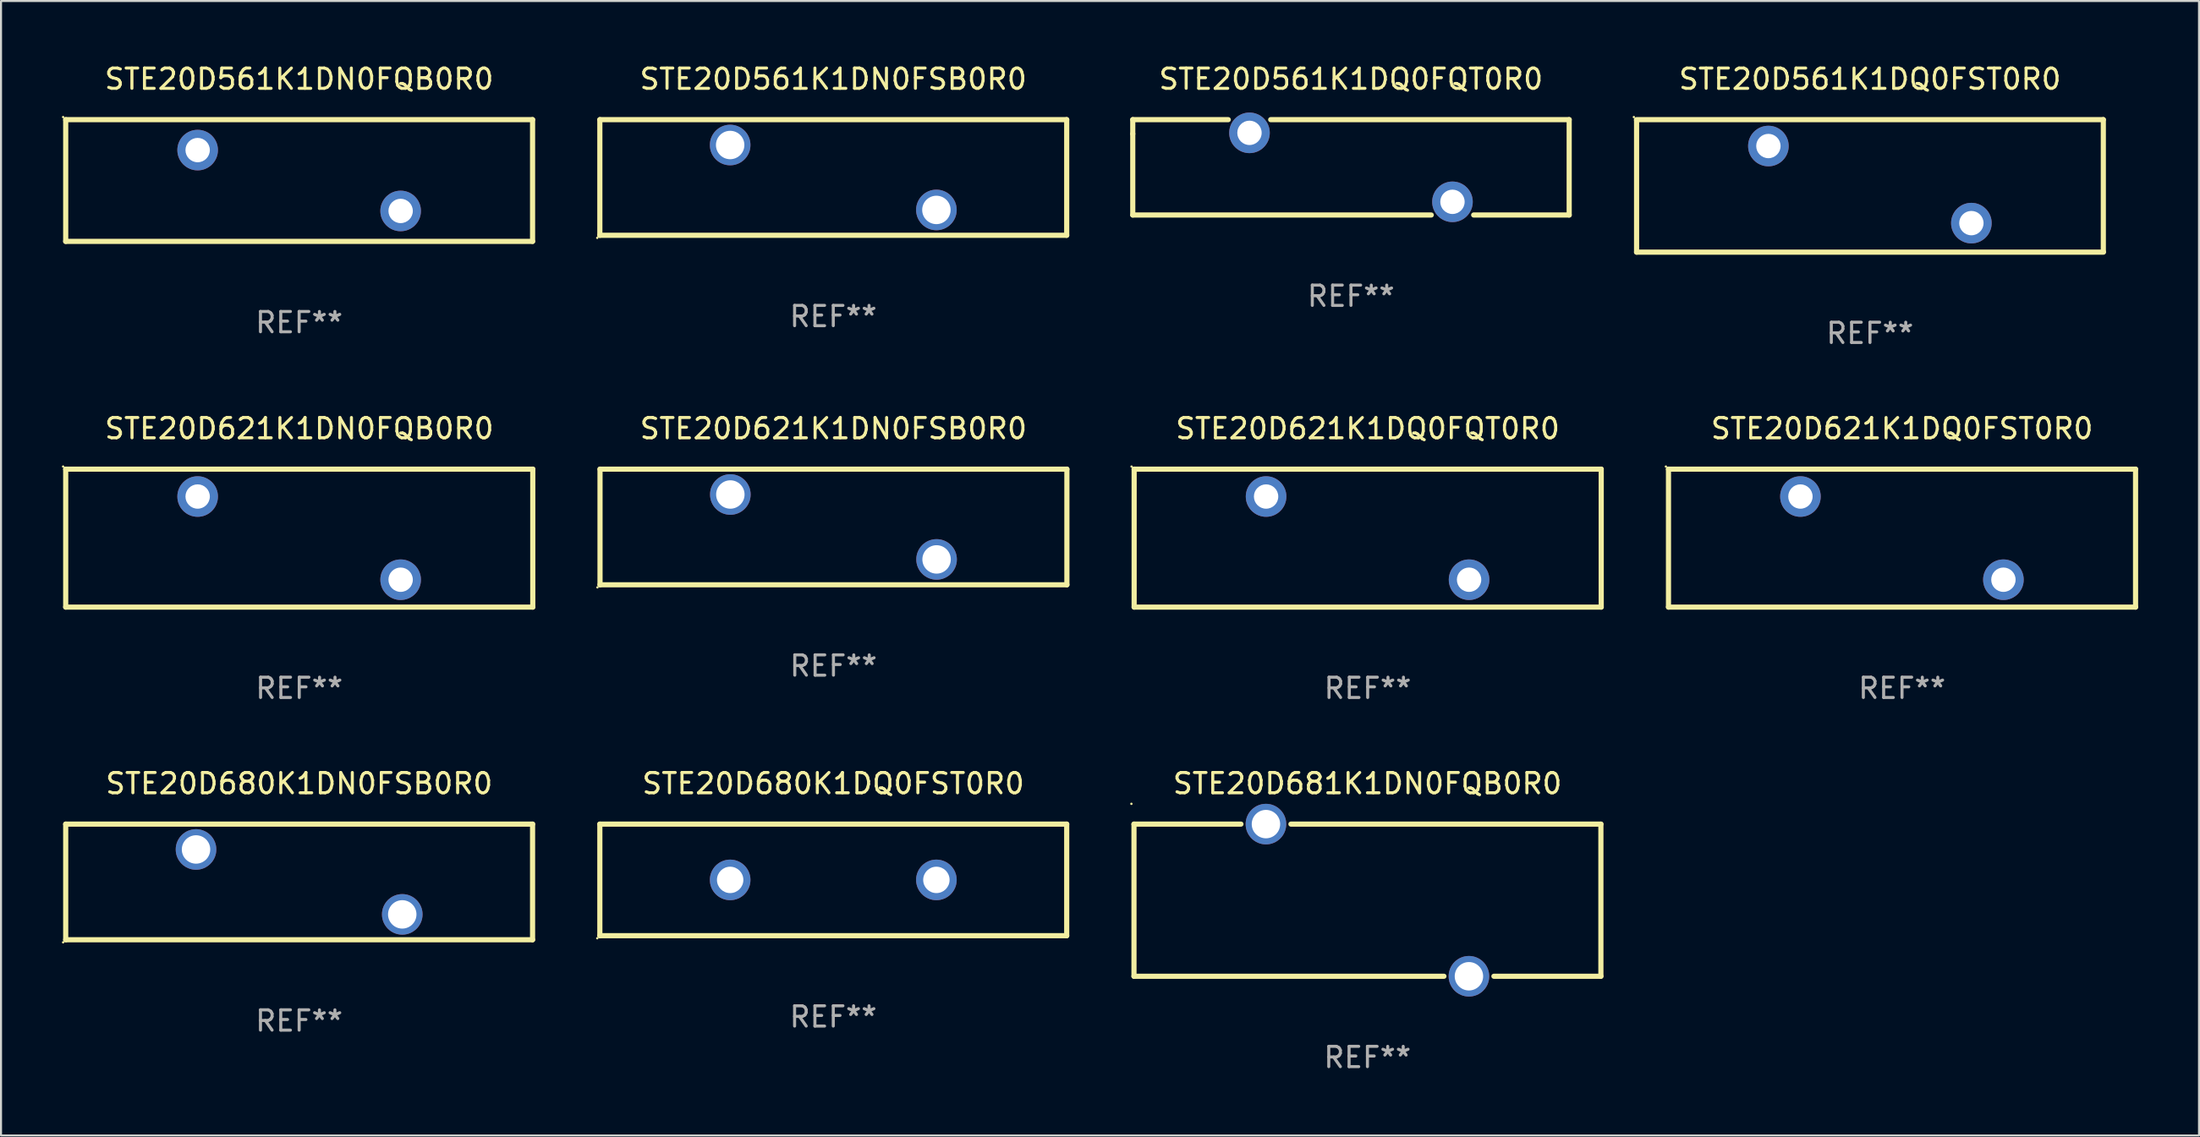
<source format=kicad_pcb>
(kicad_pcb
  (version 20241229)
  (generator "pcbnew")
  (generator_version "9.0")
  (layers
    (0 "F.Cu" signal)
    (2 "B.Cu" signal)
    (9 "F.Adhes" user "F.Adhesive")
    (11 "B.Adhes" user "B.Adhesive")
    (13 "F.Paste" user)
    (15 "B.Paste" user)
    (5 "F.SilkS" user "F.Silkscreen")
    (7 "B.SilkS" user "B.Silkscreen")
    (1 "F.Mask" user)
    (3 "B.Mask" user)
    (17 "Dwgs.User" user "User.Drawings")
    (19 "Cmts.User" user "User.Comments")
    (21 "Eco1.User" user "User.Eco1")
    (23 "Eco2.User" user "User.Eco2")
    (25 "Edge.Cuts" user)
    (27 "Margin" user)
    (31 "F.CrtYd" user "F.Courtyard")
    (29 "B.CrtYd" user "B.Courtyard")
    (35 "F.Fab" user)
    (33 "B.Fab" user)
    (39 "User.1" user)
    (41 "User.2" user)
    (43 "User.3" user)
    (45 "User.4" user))
  (footprint "STE20D561K1DQ0FQT0R0"
    (layer "F.Cu")
    (at 63.505 5.198)
    (property "Reference" "STE20D561K1DQ0FQT0R0" (at 0 -4.35 0) (layer "F.SilkS") (effects (font (size 1 1) (thickness 0.15))))
    (attr through_hole)
    (fp_line (start -10.75 -2.35) (end -10.75 -1.65) (stroke (width 0.254) (type solid)) (layer "F.SilkS"))
    (fp_line (start -10.75 -1.65) (end -10.75 2.35) (stroke (width 0.254) (type solid)) (layer "F.SilkS"))
    (fp_line (start -10.75 2.35) (end 3.955 2.35) (stroke (width 0.254) (type solid)) (layer "F.SilkS"))
    (fp_line (start -6.045 -2.35) (end -10.75 -2.35) (stroke (width 0.254) (type solid)) (layer "F.SilkS"))
    (fp_line (start 6.045 2.35) (end 10.75 2.35) (stroke (width 0.254) (type solid)) (layer "F.SilkS"))
    (fp_line (start 10.75 -2.35) (end -3.955 -2.35) (stroke (width 0.254) (type solid)) (layer "F.SilkS"))
    (fp_line (start 10.75 2.35) (end 10.75 -2.35) (stroke (width 0.254) (type solid)) (layer "F.SilkS"))
    (fp_circle (center -10.75 -2.35) (end -10.72 -2.35) (stroke (width 0.06) (type solid)) (fill no) (layer "F.SilkS"))
    (fp_text user "REF**" (at 0 6.35 0) (layer "F.Fab") (effects (font (size 1 1) (thickness 0.15))))
    (pad "1" thru_hole circle (at -5 -1.7) (size 2 2) (drill 1.2) (layers "*.Cu" "*.Mask"))
    (pad "2" thru_hole circle (at 5 1.7) (size 2 2) (drill 1.2) (layers "*.Cu" "*.Mask")))
  (footprint "STE20D681K1DN0FQB0R0"
    (layer "F.Cu")
    (at 64.316 41.322)
    (property "Reference" "STE20D681K1DN0FQB0R0" (at 0 -5.75 0) (layer "F.SilkS") (effects (font (size 1 1) (thickness 0.15))))
    (attr through_hole)
    (fp_line (start -11.501 -3.75) (end -6.231 -3.75) (stroke (width 0.254) (type solid)) (layer "F.SilkS"))
    (fp_line (start -11.501 3.75) (end -11.501 -3.75) (stroke (width 0.254) (type solid)) (layer "F.SilkS"))
    (fp_line (start -11.501 3.75) (end 3.769 3.75) (stroke (width 0.254) (type solid)) (layer "F.SilkS"))
    (fp_line (start -3.769 -3.75) (end 11.501 -3.75) (stroke (width 0.254) (type solid)) (layer "F.SilkS"))
    (fp_line (start 6.231 3.75) (end 11.501 3.75) (stroke (width 0.254) (type solid)) (layer "F.SilkS"))
    (fp_line (start 11.501 -3.75) (end 11.501 3.75) (stroke (width 0.254) (type solid)) (layer "F.SilkS"))
    (fp_circle (center -11.628 -4.75) (end -11.598 -4.75) (stroke (width 0.06) (type solid)) (fill no) (layer "F.SilkS"))
    (fp_text user "REF**" (at 0 7.75 0) (layer "F.Fab") (effects (font (size 1 1) (thickness 0.15))))
    (pad "1" thru_hole circle (at -5 -3.75) (size 2 2) (drill 1.4) (layers "*.Cu" "*.Mask"))
    (pad "2" thru_hole circle (at 5 3.75) (size 2 2) (drill 1.4) (layers "*.Cu" "*.Mask")))
  (footprint "STE20D680K1DQ0FST0R0"
    (layer "F.Cu")
    (at 38.001 40.322)
    (property "Reference" "STE20D680K1DQ0FST0R0" (at 0 -4.75 0) (layer "F.SilkS") (effects (font (size 1 1) (thickness 0.15))))
    (attr through_hole)
    (fp_line (start -11.5 -2.75) (end 11.5 -2.75) (stroke (width 0.254) (type solid)) (layer "F.SilkS"))
    (fp_line (start -11.5 2.75) (end -11.5 -2.75) (stroke (width 0.254) (type solid)) (layer "F.SilkS"))
    (fp_line (start 11.5 -2.75) (end 11.5 2.75) (stroke (width 0.254) (type solid)) (layer "F.SilkS"))
    (fp_line (start 11.5 2.75) (end -11.5 2.75) (stroke (width 0.254) (type solid)) (layer "F.SilkS"))
    (fp_circle (center -11.627 2.877) (end -11.597 2.877) (stroke (width 0.06) (type solid)) (fill no) (layer "F.SilkS"))
    (fp_text user "REF**" (at 0 6.75 0) (layer "F.Fab") (effects (font (size 1 1) (thickness 0.15))))
    (pad "1" thru_hole circle (at -5.08 -0.000013) (size 2 2) (drill 1.3) (layers "*.Cu" "*.Mask"))
    (pad "2" thru_hole circle (at 5.08 -0.000013) (size 2 2) (drill 1.3) (layers "*.Cu" "*.Mask")))
  (footprint "STE20D621K1DQ0FST0R0"
    (layer "F.Cu")
    (at 90.652 23.475)
    (property "Reference" "STE20D621K1DQ0FST0R0" (at 0 -5.4 0) (layer "F.SilkS") (effects (font (size 1 1) (thickness 0.15))))
    (attr through_hole)
    (fp_line (start -11.505 -3.4) (end 11.505 -3.4) (stroke (width 0.254) (type solid)) (layer "F.SilkS"))
    (fp_line (start -11.505 3.4) (end -11.505 -3.4) (stroke (width 0.254) (type solid)) (layer "F.SilkS"))
    (fp_line (start -11.505 3.4) (end 11.505 3.4) (stroke (width 0.254) (type solid)) (layer "F.SilkS"))
    (fp_line (start 11.505 -3.4) (end 11.505 3.4) (stroke (width 0.254) (type solid)) (layer "F.SilkS"))
    (fp_circle (center -11.632 -3.527) (end -11.602 -3.527) (stroke (width 0.06) (type solid)) (fill no) (layer "F.SilkS"))
    (fp_text user "REF**" (at 0 7.4 0) (layer "F.Fab") (effects (font (size 1 1) (thickness 0.15))))
    (pad "1" thru_hole circle (at -5.005 -2.05) (size 2 2) (drill 1.2) (layers "*.Cu" "*.Mask"))
    (pad "2" thru_hole circle (at 4.995 2.05) (size 2 2) (drill 1.2) (layers "*.Cu" "*.Mask")))
  (footprint "STE20D621K1DQ0FQT0R0"
    (layer "F.Cu")
    (at 64.328 23.475)
    (property "Reference" "STE20D621K1DQ0FQT0R0" (at 0 -5.4 0) (layer "F.SilkS") (effects (font (size 1 1) (thickness 0.15))))
    (attr through_hole)
    (fp_line (start -11.505 -3.4) (end 11.505 -3.4) (stroke (width 0.254) (type solid)) (layer "F.SilkS"))
    (fp_line (start -11.505 3.4) (end -11.505 -3.4) (stroke (width 0.254) (type solid)) (layer "F.SilkS"))
    (fp_line (start -11.505 3.4) (end 11.505 3.4) (stroke (width 0.254) (type solid)) (layer "F.SilkS"))
    (fp_line (start 11.505 -3.4) (end 11.505 3.4) (stroke (width 0.254) (type solid)) (layer "F.SilkS"))
    (fp_circle (center -11.632 -3.527) (end -11.602 -3.527) (stroke (width 0.06) (type solid)) (fill no) (layer "F.SilkS"))
    (fp_text user "REF**" (at 0 7.4 0) (layer "F.Fab") (effects (font (size 1 1) (thickness 0.15))))
    (pad "1" thru_hole circle (at -5.005 -2.05) (size 2 2) (drill 1.2) (layers "*.Cu" "*.Mask"))
    (pad "2" thru_hole circle (at 4.995 2.05) (size 2 2) (drill 1.2) (layers "*.Cu" "*.Mask")))
  (footprint "STE20D621K1DN0FQB0R0"
    (layer "F.Cu")
    (at 11.692 23.475)
    (property "Reference" "STE20D621K1DN0FQB0R0" (at 0 -5.4 0) (layer "F.SilkS") (effects (font (size 1 1) (thickness 0.15))))
    (attr through_hole)
    (fp_line (start -11.505 -3.4) (end 11.505 -3.4) (stroke (width 0.254) (type solid)) (layer "F.SilkS"))
    (fp_line (start -11.505 3.4) (end -11.505 -3.4) (stroke (width 0.254) (type solid)) (layer "F.SilkS"))
    (fp_line (start -11.505 3.4) (end 11.505 3.4) (stroke (width 0.254) (type solid)) (layer "F.SilkS"))
    (fp_line (start 11.505 -3.4) (end 11.505 3.4) (stroke (width 0.254) (type solid)) (layer "F.SilkS"))
    (fp_circle (center -11.632 -3.527) (end -11.602 -3.527) (stroke (width 0.06) (type solid)) (fill no) (layer "F.SilkS"))
    (fp_text user "REF**" (at 0 7.4 0) (layer "F.Fab") (effects (font (size 1 1) (thickness 0.15))))
    (pad "1" thru_hole circle (at -5.005 -2.05) (size 2 2) (drill 1.2) (layers "*.Cu" "*.Mask"))
    (pad "2" thru_hole circle (at 4.995 2.05) (size 2 2) (drill 1.2) (layers "*.Cu" "*.Mask")))
  (footprint "STE20D621K1DN0FSB0R0"
    (layer "F.Cu")
    (at 38.01 22.925)
    (property "Reference" "STE20D621K1DN0FSB0R0" (at 0 -4.85 0) (layer "F.SilkS") (effects (font (size 1 1) (thickness 0.15))))
    (attr through_hole)
    (fp_line (start -11.5 -2.85) (end 11.5 -2.85) (stroke (width 0.254) (type solid)) (layer "F.SilkS"))
    (fp_line (start -11.5 2.85) (end -11.5 -2.85) (stroke (width 0.254) (type solid)) (layer "F.SilkS"))
    (fp_line (start -11.5 2.85) (end 11.5 2.85) (stroke (width 0.254) (type solid)) (layer "F.SilkS"))
    (fp_line (start 11.5 -2.85) (end 11.5 2.85) (stroke (width 0.254) (type solid)) (layer "F.SilkS"))
    (fp_circle (center -11.627 2.977) (end -11.597 2.977) (stroke (width 0.06) (type solid)) (fill no) (layer "F.SilkS"))
    (fp_text user "REF**" (at 0 6.85 0) (layer "F.Fab") (effects (font (size 1 1) (thickness 0.15))))
    (pad "1" thru_hole circle (at -5.08 -1.6) (size 2 2) (drill 1.4) (layers "*.Cu" "*.Mask"))
    (pad "2" thru_hole circle (at 5.08 1.6) (size 2 2) (drill 1.4) (layers "*.Cu" "*.Mask")))
  (footprint "STE20D561K1DQ0FST0R0"
    (layer "F.Cu")
    (at 89.073 6.113)
    (property "Reference" "STE20D561K1DQ0FST0R0" (at 0 -5.265 0) (layer "F.SilkS") (effects (font (size 1 1) (thickness 0.15))))
    (attr through_hole)
    (fp_line (start -11.504 -3.265) (end 11.496 -3.265) (stroke (width 0.254) (type solid)) (layer "F.SilkS"))
    (fp_line (start -11.498 3.265) (end -11.498 -3.235) (stroke (width 0.254) (type solid)) (layer "F.SilkS"))
    (fp_line (start 11.496 -3.265) (end 11.496 3.235) (stroke (width 0.254) (type solid)) (layer "F.SilkS"))
    (fp_line (start 11.504 3.265) (end -11.498 3.265) (stroke (width 0.254) (type solid)) (layer "F.SilkS"))
    (fp_circle (center -11.631 -3.392) (end -11.601 -3.392) (stroke (width 0.06) (type solid)) (fill no) (layer "F.SilkS"))
    (fp_text user "REF**" (at 0 7.265 0) (layer "F.Fab") (effects (font (size 1 1) (thickness 0.15))))
    (pad "1" thru_hole circle (at -5.004 -1.965) (size 2 2) (drill 1.2) (layers "*.Cu" "*.Mask"))
    (pad "2" thru_hole circle (at 4.996 1.835) (size 2 2) (drill 1.2) (layers "*.Cu" "*.Mask")))
  (footprint "STE20D680K1DN0FSB0R0"
    (layer "F.Cu")
    (at 11.687 40.422)
    (property "Reference" "STE20D680K1DN0FSB0R0" (at 0 -4.85 0) (layer "F.SilkS") (effects (font (size 1 1) (thickness 0.15))))
    (attr through_hole)
    (fp_line (start -11.5 -2.85) (end 11.5 -2.85) (stroke (width 0.254) (type solid)) (layer "F.SilkS"))
    (fp_line (start -11.5 2.85) (end -11.5 -2.85) (stroke (width 0.254) (type solid)) (layer "F.SilkS"))
    (fp_line (start -11.5 2.85) (end 11.5 2.85) (stroke (width 0.254) (type solid)) (layer "F.SilkS"))
    (fp_line (start 11.5 -2.85) (end 11.5 2.85) (stroke (width 0.254) (type solid)) (layer "F.SilkS"))
    (fp_circle (center -11.627 2.977) (end -11.597 2.977) (stroke (width 0.06) (type solid)) (fill no) (layer "F.SilkS"))
    (fp_text user "REF**" (at 0 6.85 0) (layer "F.Fab") (effects (font (size 1 1) (thickness 0.15))))
    (pad "1" thru_hole circle (at -5.08 -1.6) (size 2 2) (drill 1.4) (layers "*.Cu" "*.Mask"))
    (pad "2" thru_hole circle (at 5.08 1.6) (size 2 2) (drill 1.4) (layers "*.Cu" "*.Mask")))
  (footprint "STE20D561K1DN0FSB0R0"
    (layer "F.Cu")
    (at 38.001 5.698)
    (property "Reference" "STE20D561K1DN0FSB0R0" (at 0 -4.85 0) (layer "F.SilkS") (effects (font (size 1 1) (thickness 0.15))))
    (attr through_hole)
    (fp_line (start -11.5 -2.85) (end 11.5 -2.85) (stroke (width 0.254) (type solid)) (layer "F.SilkS"))
    (fp_line (start -11.5 2.85) (end -11.5 -2.85) (stroke (width 0.254) (type solid)) (layer "F.SilkS"))
    (fp_line (start -11.5 2.85) (end 11.5 2.85) (stroke (width 0.254) (type solid)) (layer "F.SilkS"))
    (fp_line (start 11.5 -2.85) (end 11.5 2.85) (stroke (width 0.254) (type solid)) (layer "F.SilkS"))
    (fp_circle (center -11.627 2.977) (end -11.597 2.977) (stroke (width 0.06) (type solid)) (fill no) (layer "F.SilkS"))
    (fp_text user "REF**" (at 0 6.85 0) (layer "F.Fab") (effects (font (size 1 1) (thickness 0.15))))
    (pad "1" thru_hole circle (at -5.08 -1.6) (size 2 2) (drill 1.4) (layers "*.Cu" "*.Mask"))
    (pad "2" thru_hole circle (at 5.08 1.6) (size 2 2) (drill 1.4) (layers "*.Cu" "*.Mask")))
  (footprint "STE20D561K1DN0FQB0R0"
    (layer "F.Cu")
    (at 11.687 5.848)
    (property "Reference" "STE20D561K1DN0FQB0R0" (at 0 -5 0) (layer "F.SilkS") (effects (font (size 1 1) (thickness 0.15))))
    (attr through_hole)
    (fp_line (start -11.5 -3) (end 11.5 -3) (stroke (width 0.254) (type solid)) (layer "F.SilkS"))
    (fp_line (start -11.5 3) (end -11.5 -3) (stroke (width 0.254) (type solid)) (layer "F.SilkS"))
    (fp_line (start 11.5 -3) (end 11.5 3) (stroke (width 0.254) (type solid)) (layer "F.SilkS"))
    (fp_line (start 11.5 3) (end -11.5 3) (stroke (width 0.254) (type solid)) (layer "F.SilkS"))
    (fp_circle (center -11.627 -3.127) (end -11.597 -3.127) (stroke (width 0.06) (type solid)) (fill no) (layer "F.SilkS"))
    (fp_text user "REF**" (at 0 7 0) (layer "F.Fab") (effects (font (size 1 1) (thickness 0.15))))
    (pad "1" thru_hole circle (at -5 -1.5) (size 2 2) (drill 1.2) (layers "*.Cu" "*.Mask"))
    (pad "2" thru_hole circle (at 5 1.5) (size 2 2) (drill 1.2) (layers "*.Cu" "*.Mask")))
  (gr_rect
    (start -3 -3)
    (end 105.283 52.92)
    (stroke (width 0.1) (type default))
    (fill no)
    (layer "Edge.Cuts")))
</source>
